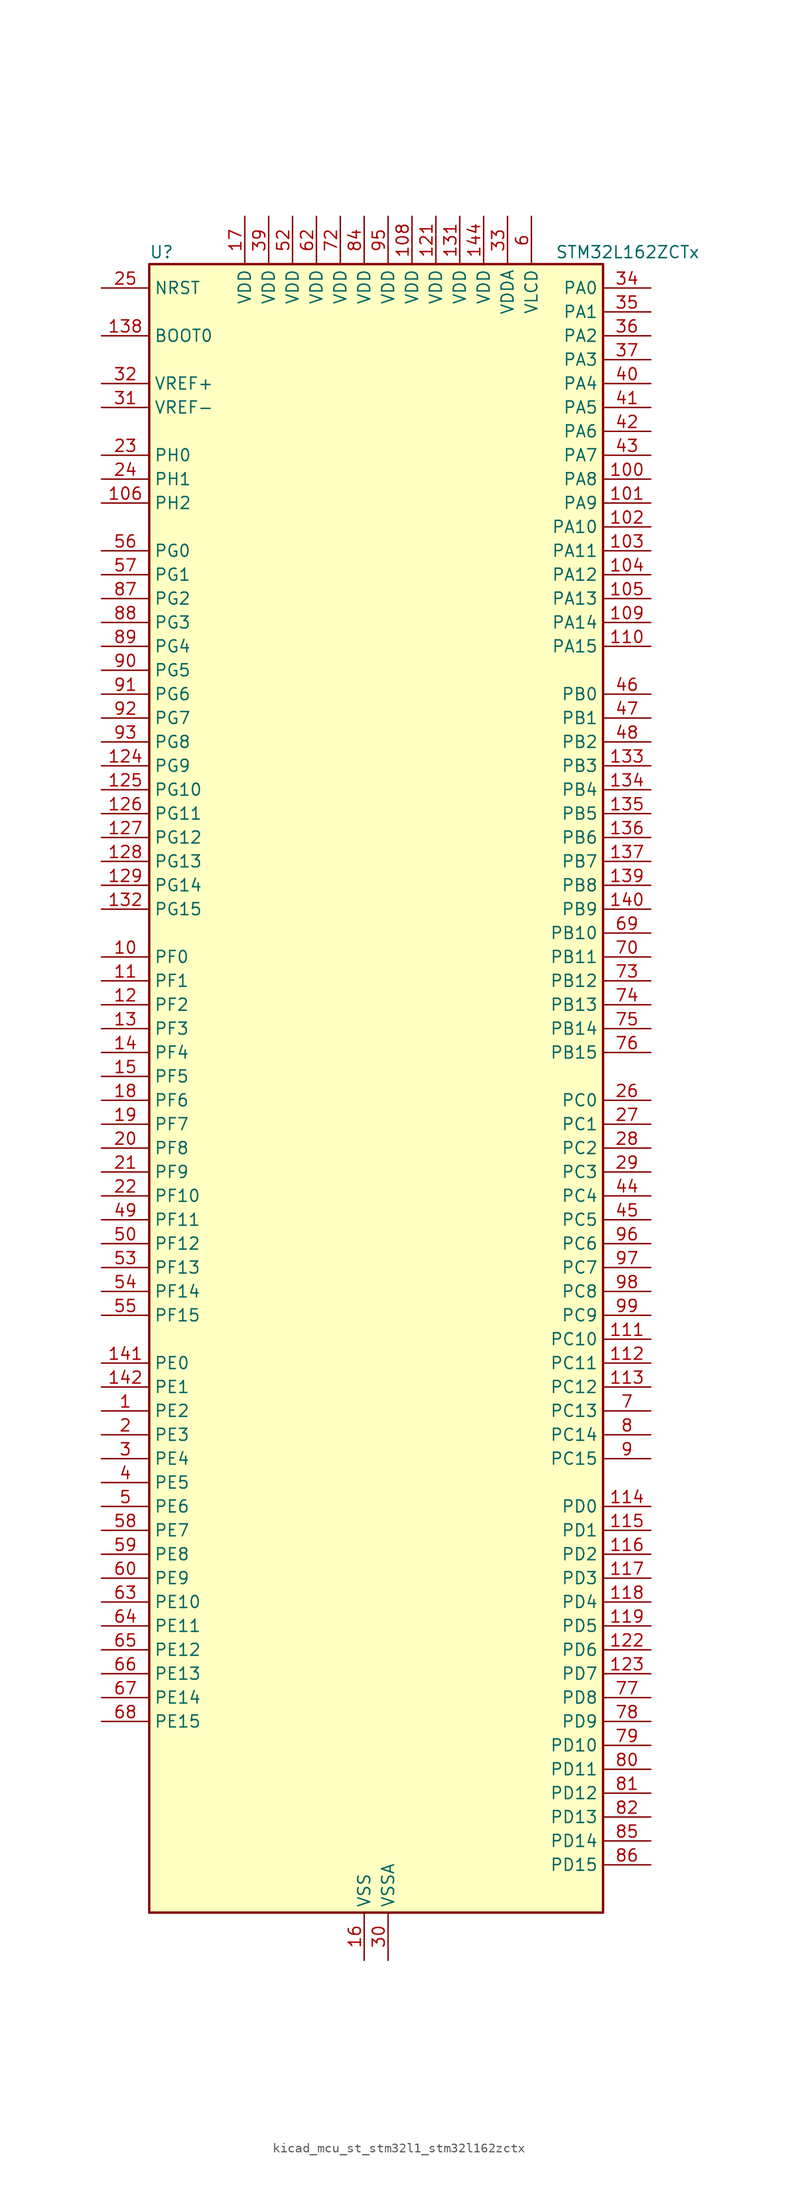
<source format=kicad_sym>
(kicad_symbol_lib
  (version 20220914)
  (generator kicad_symbol_editor)
  (symbol "kicad_mcu_st_stm32l1_stm32l162zctx"
    (property "Reference" "U"
      (at -22.86 90.17 0)
      (effects (font (size 1.27 1.27)) (justify left)))
    (property "Value" "STM32L162ZCTx"
      (at 20.32 90.17 0)
      (effects (font (size 1.27 1.27)) (justify left)))
    (property "ki_locked" ""
      (at 0 0 0)
      (effects (font (size 1.27 1.27))))
    (symbol "kicad_mcu_st_stm32l1_stm32l162zctx_0_1"
      (rectangle (start -22.86 -86.36) (end 25.4 88.9) (stroke (width 0.254) (type default)) (fill (type background))))
    (symbol "kicad_mcu_st_stm32l1_stm32l162zctx_1_1"
      (pin bidirectional line (at -27.94 -33.02 0) (length 5.08) (name "PE2" (effects (font (size 1.27 1.27)))) (number "1" (effects (font (size 1.27 1.27)))) (alternate "LCD_SEG38" bidirectional line) (alternate "SYS_TRACECK" bidirectional line) (alternate "TIM3_ETR" bidirectional line) (alternate "TIMX_IC3" bidirectional line))
      (pin bidirectional line (at -27.94 15.24 0) (length 5.08) (name "PF0" (effects (font (size 1.27 1.27)))) (number "10" (effects (font (size 1.27 1.27)))))
      (pin bidirectional line (at 30.48 66.04 180) (length 5.08) (name "PA8" (effects (font (size 1.27 1.27)))) (number "100" (effects (font (size 1.27 1.27)))) (alternate "LCD_COM0" bidirectional line) (alternate "RCC_MCO" bidirectional line) (alternate "TIMX_IC1" bidirectional line) (alternate "TS_G4_IO1" bidirectional line) (alternate "USART1_CK" bidirectional line))
      (pin bidirectional line (at 30.48 63.5 180) (length 5.08) (name "PA9" (effects (font (size 1.27 1.27)))) (number "101" (effects (font (size 1.27 1.27)))) (alternate "DAC_EXTI9" bidirectional line) (alternate "LCD_COM1" bidirectional line) (alternate "TIMX_IC2" bidirectional line) (alternate "TS_G4_IO2" bidirectional line) (alternate "USART1_TX" bidirectional line))
      (pin bidirectional line (at 30.48 60.96 180) (length 5.08) (name "PA10" (effects (font (size 1.27 1.27)))) (number "102" (effects (font (size 1.27 1.27)))) (alternate "LCD_COM2" bidirectional line) (alternate "TIMX_IC3" bidirectional line) (alternate "TS_G4_IO3" bidirectional line) (alternate "USART1_RX" bidirectional line))
      (pin bidirectional line (at 30.48 58.42 180) (length 5.08) (name "PA11" (effects (font (size 1.27 1.27)))) (number "103" (effects (font (size 1.27 1.27)))) (alternate "ADC_EXTI11" bidirectional line) (alternate "SPI1_MISO" bidirectional line) (alternate "TIMX_IC4" bidirectional line) (alternate "USART1_CTS" bidirectional line) (alternate "USB_DM" bidirectional line))
      (pin bidirectional line (at 30.48 55.88 180) (length 5.08) (name "PA12" (effects (font (size 1.27 1.27)))) (number "104" (effects (font (size 1.27 1.27)))) (alternate "SPI1_MOSI" bidirectional line) (alternate "TIMX_IC1" bidirectional line) (alternate "USART1_RTS" bidirectional line) (alternate "USB_DP" bidirectional line))
      (pin bidirectional line (at 30.48 53.34 180) (length 5.08) (name "PA13" (effects (font (size 1.27 1.27)))) (number "105" (effects (font (size 1.27 1.27)))) (alternate "SYS_JTMS-SWDIO" bidirectional line) (alternate "TIMX_IC2" bidirectional line) (alternate "TS_G5_IO1" bidirectional line))
      (pin bidirectional line (at -27.94 63.5 0) (length 5.08) (name "PH2" (effects (font (size 1.27 1.27)))) (number "106" (effects (font (size 1.27 1.27)))))
      (pin passive line (at 0 -91.44 90) (length 5.08) hide (name "VSS" (effects (font (size 1.27 1.27)))) (number "107" (effects (font (size 1.27 1.27)))))
      (pin power_in line (at 5.08 93.98 270) (length 5.08) (name "VDD" (effects (font (size 1.27 1.27)))) (number "108" (effects (font (size 1.27 1.27)))))
      (pin bidirectional line (at 30.48 50.8 180) (length 5.08) (name "PA14" (effects (font (size 1.27 1.27)))) (number "109" (effects (font (size 1.27 1.27)))) (alternate "SYS_JTCK-SWCLK" bidirectional line) (alternate "TIMX_IC3" bidirectional line) (alternate "TS_G5_IO2" bidirectional line))
      (pin bidirectional line (at -27.94 12.7 0) (length 5.08) (name "PF1" (effects (font (size 1.27 1.27)))) (number "11" (effects (font (size 1.27 1.27)))))
      (pin bidirectional line (at 30.48 48.26 180) (length 5.08) (name "PA15" (effects (font (size 1.27 1.27)))) (number "110" (effects (font (size 1.27 1.27)))) (alternate "ADC_EXTI15" bidirectional line) (alternate "I2S3_WS" bidirectional line) (alternate "LCD_SEG17" bidirectional line) (alternate "SPI1_NSS" bidirectional line) (alternate "SPI3_NSS" bidirectional line) (alternate "SYS_JTDI" bidirectional line) (alternate "TIM2_CH1" bidirectional line) (alternate "TIM2_ETR" bidirectional line) (alternate "TIMX_IC4" bidirectional line) (alternate "TS_G5_IO3" bidirectional line))
      (pin bidirectional line (at 30.48 -25.4 180) (length 5.08) (name "PC10" (effects (font (size 1.27 1.27)))) (number "111" (effects (font (size 1.27 1.27)))) (alternate "I2S3_CK" bidirectional line) (alternate "LCD_COM4" bidirectional line) (alternate "LCD_SEG28" bidirectional line) (alternate "LCD_SEG40" bidirectional line) (alternate "SPI3_SCK" bidirectional line) (alternate "TIMX_IC3" bidirectional line) (alternate "USART3_TX" bidirectional line))
      (pin bidirectional line (at 30.48 -27.94 180) (length 5.08) (name "PC11" (effects (font (size 1.27 1.27)))) (number "112" (effects (font (size 1.27 1.27)))) (alternate "ADC_EXTI11" bidirectional line) (alternate "LCD_COM5" bidirectional line) (alternate "LCD_SEG29" bidirectional line) (alternate "LCD_SEG41" bidirectional line) (alternate "SPI3_MISO" bidirectional line) (alternate "TIMX_IC4" bidirectional line) (alternate "USART3_RX" bidirectional line))
      (pin bidirectional line (at 30.48 -30.48 180) (length 5.08) (name "PC12" (effects (font (size 1.27 1.27)))) (number "113" (effects (font (size 1.27 1.27)))) (alternate "I2S3_SD" bidirectional line) (alternate "LCD_COM6" bidirectional line) (alternate "LCD_SEG30" bidirectional line) (alternate "LCD_SEG42" bidirectional line) (alternate "SPI3_MOSI" bidirectional line) (alternate "TIMX_IC1" bidirectional line) (alternate "USART3_CK" bidirectional line))
      (pin bidirectional line (at 30.48 -43.18 180) (length 5.08) (name "PD0" (effects (font (size 1.27 1.27)))) (number "114" (effects (font (size 1.27 1.27)))) (alternate "I2S2_WS" bidirectional line) (alternate "SPI2_NSS" bidirectional line) (alternate "TIM9_CH1" bidirectional line) (alternate "TIMX_IC1" bidirectional line))
      (pin bidirectional line (at 30.48 -45.72 180) (length 5.08) (name "PD1" (effects (font (size 1.27 1.27)))) (number "115" (effects (font (size 1.27 1.27)))) (alternate "I2S2_CK" bidirectional line) (alternate "SPI2_SCK" bidirectional line) (alternate "TIMX_IC2" bidirectional line))
      (pin bidirectional line (at 30.48 -48.26 180) (length 5.08) (name "PD2" (effects (font (size 1.27 1.27)))) (number "116" (effects (font (size 1.27 1.27)))) (alternate "LCD_COM7" bidirectional line) (alternate "LCD_SEG31" bidirectional line) (alternate "LCD_SEG43" bidirectional line) (alternate "TIM3_ETR" bidirectional line) (alternate "TIMX_IC3" bidirectional line))
      (pin bidirectional line (at 30.48 -50.8 180) (length 5.08) (name "PD3" (effects (font (size 1.27 1.27)))) (number "117" (effects (font (size 1.27 1.27)))) (alternate "SPI2_MISO" bidirectional line) (alternate "TIMX_IC4" bidirectional line) (alternate "USART2_CTS" bidirectional line))
      (pin bidirectional line (at 30.48 -53.34 180) (length 5.08) (name "PD4" (effects (font (size 1.27 1.27)))) (number "118" (effects (font (size 1.27 1.27)))) (alternate "I2S2_SD" bidirectional line) (alternate "SPI2_MOSI" bidirectional line) (alternate "TIMX_IC1" bidirectional line) (alternate "USART2_RTS" bidirectional line))
      (pin bidirectional line (at 30.48 -55.88 180) (length 5.08) (name "PD5" (effects (font (size 1.27 1.27)))) (number "119" (effects (font (size 1.27 1.27)))) (alternate "TIMX_IC2" bidirectional line) (alternate "USART2_TX" bidirectional line))
      (pin bidirectional line (at -27.94 10.16 0) (length 5.08) (name "PF2" (effects (font (size 1.27 1.27)))) (number "12" (effects (font (size 1.27 1.27)))))
      (pin passive line (at 0 -91.44 90) (length 5.08) hide (name "VSS" (effects (font (size 1.27 1.27)))) (number "120" (effects (font (size 1.27 1.27)))))
      (pin power_in line (at 7.62 93.98 270) (length 5.08) (name "VDD" (effects (font (size 1.27 1.27)))) (number "121" (effects (font (size 1.27 1.27)))))
      (pin bidirectional line (at 30.48 -58.42 180) (length 5.08) (name "PD6" (effects (font (size 1.27 1.27)))) (number "122" (effects (font (size 1.27 1.27)))) (alternate "TIMX_IC3" bidirectional line) (alternate "USART2_RX" bidirectional line))
      (pin bidirectional line (at 30.48 -60.96 180) (length 5.08) (name "PD7" (effects (font (size 1.27 1.27)))) (number "123" (effects (font (size 1.27 1.27)))) (alternate "TIM9_CH2" bidirectional line) (alternate "TIMX_IC4" bidirectional line) (alternate "USART2_CK" bidirectional line))
      (pin bidirectional line (at -27.94 35.56 0) (length 5.08) (name "PG9" (effects (font (size 1.27 1.27)))) (number "124" (effects (font (size 1.27 1.27)))) (alternate "DAC_EXTI9" bidirectional line))
      (pin bidirectional line (at -27.94 33.02 0) (length 5.08) (name "PG10" (effects (font (size 1.27 1.27)))) (number "125" (effects (font (size 1.27 1.27)))))
      (pin bidirectional line (at -27.94 30.48 0) (length 5.08) (name "PG11" (effects (font (size 1.27 1.27)))) (number "126" (effects (font (size 1.27 1.27)))) (alternate "ADC_EXTI11" bidirectional line))
      (pin bidirectional line (at -27.94 27.94 0) (length 5.08) (name "PG12" (effects (font (size 1.27 1.27)))) (number "127" (effects (font (size 1.27 1.27)))))
      (pin bidirectional line (at -27.94 25.4 0) (length 5.08) (name "PG13" (effects (font (size 1.27 1.27)))) (number "128" (effects (font (size 1.27 1.27)))))
      (pin bidirectional line (at -27.94 22.86 0) (length 5.08) (name "PG14" (effects (font (size 1.27 1.27)))) (number "129" (effects (font (size 1.27 1.27)))))
      (pin bidirectional line (at -27.94 7.62 0) (length 5.08) (name "PF3" (effects (font (size 1.27 1.27)))) (number "13" (effects (font (size 1.27 1.27)))))
      (pin passive line (at 0 -91.44 90) (length 5.08) hide (name "VSS" (effects (font (size 1.27 1.27)))) (number "130" (effects (font (size 1.27 1.27)))))
      (pin power_in line (at 10.16 93.98 270) (length 5.08) (name "VDD" (effects (font (size 1.27 1.27)))) (number "131" (effects (font (size 1.27 1.27)))))
      (pin bidirectional line (at -27.94 20.32 0) (length 5.08) (name "PG15" (effects (font (size 1.27 1.27)))) (number "132" (effects (font (size 1.27 1.27)))) (alternate "ADC_EXTI15" bidirectional line))
      (pin bidirectional line (at 30.48 35.56 180) (length 5.08) (name "PB3" (effects (font (size 1.27 1.27)))) (number "133" (effects (font (size 1.27 1.27)))) (alternate "COMP2_INM" bidirectional line) (alternate "I2S3_CK" bidirectional line) (alternate "LCD_SEG7" bidirectional line) (alternate "SPI1_SCK" bidirectional line) (alternate "SPI3_SCK" bidirectional line) (alternate "SYS_JTDO-TRACESWO" bidirectional line) (alternate "TIM2_CH2" bidirectional line))
      (pin bidirectional line (at 30.48 33.02 180) (length 5.08) (name "PB4" (effects (font (size 1.27 1.27)))) (number "134" (effects (font (size 1.27 1.27)))) (alternate "COMP2_INP" bidirectional line) (alternate "LCD_SEG8" bidirectional line) (alternate "SPI1_MISO" bidirectional line) (alternate "SPI3_MISO" bidirectional line) (alternate "SYS_JTRST" bidirectional line) (alternate "TIM3_CH1" bidirectional line) (alternate "TS_G6_IO1" bidirectional line))
      (pin bidirectional line (at 30.48 30.48 180) (length 5.08) (name "PB5" (effects (font (size 1.27 1.27)))) (number "135" (effects (font (size 1.27 1.27)))) (alternate "COMP2_INP" bidirectional line) (alternate "I2C1_SMBA" bidirectional line) (alternate "I2S3_SD" bidirectional line) (alternate "LCD_SEG9" bidirectional line) (alternate "SPI1_MOSI" bidirectional line) (alternate "SPI3_MOSI" bidirectional line) (alternate "TIM3_CH2" bidirectional line) (alternate "TS_G6_IO2" bidirectional line))
      (pin bidirectional line (at 30.48 27.94 180) (length 5.08) (name "PB6" (effects (font (size 1.27 1.27)))) (number "136" (effects (font (size 1.27 1.27)))) (alternate "COMP2_INP" bidirectional line) (alternate "I2C1_SCL" bidirectional line) (alternate "TIM4_CH1" bidirectional line) (alternate "TS_G6_IO3" bidirectional line) (alternate "USART1_TX" bidirectional line))
      (pin bidirectional line (at 30.48 25.4 180) (length 5.08) (name "PB7" (effects (font (size 1.27 1.27)))) (number "137" (effects (font (size 1.27 1.27)))) (alternate "COMP2_INP" bidirectional line) (alternate "I2C1_SDA" bidirectional line) (alternate "SYS_PVD_IN" bidirectional line) (alternate "TIM4_CH2" bidirectional line) (alternate "TS_G6_IO4" bidirectional line) (alternate "USART1_RX" bidirectional line))
      (pin input line (at -27.94 81.28 0) (length 5.08) (name "BOOT0" (effects (font (size 1.27 1.27)))) (number "138" (effects (font (size 1.27 1.27)))))
      (pin bidirectional line (at 30.48 22.86 180) (length 5.08) (name "PB8" (effects (font (size 1.27 1.27)))) (number "139" (effects (font (size 1.27 1.27)))) (alternate "I2C1_SCL" bidirectional line) (alternate "LCD_SEG16" bidirectional line) (alternate "TIM10_CH1" bidirectional line) (alternate "TIM4_CH3" bidirectional line))
      (pin bidirectional line (at -27.94 5.08 0) (length 5.08) (name "PF4" (effects (font (size 1.27 1.27)))) (number "14" (effects (font (size 1.27 1.27)))))
      (pin bidirectional line (at 30.48 20.32 180) (length 5.08) (name "PB9" (effects (font (size 1.27 1.27)))) (number "140" (effects (font (size 1.27 1.27)))) (alternate "DAC_EXTI9" bidirectional line) (alternate "I2C1_SDA" bidirectional line) (alternate "LCD_COM3" bidirectional line) (alternate "TIM11_CH1" bidirectional line) (alternate "TIM4_CH4" bidirectional line))
      (pin bidirectional line (at -27.94 -27.94 0) (length 5.08) (name "PE0" (effects (font (size 1.27 1.27)))) (number "141" (effects (font (size 1.27 1.27)))) (alternate "LCD_SEG36" bidirectional line) (alternate "TIM10_CH1" bidirectional line) (alternate "TIM4_ETR" bidirectional line) (alternate "TIMX_IC1" bidirectional line))
      (pin bidirectional line (at -27.94 -30.48 0) (length 5.08) (name "PE1" (effects (font (size 1.27 1.27)))) (number "142" (effects (font (size 1.27 1.27)))) (alternate "LCD_SEG37" bidirectional line) (alternate "TIM11_CH1" bidirectional line) (alternate "TIMX_IC2" bidirectional line))
      (pin passive line (at 0 -91.44 90) (length 5.08) hide (name "VSS" (effects (font (size 1.27 1.27)))) (number "143" (effects (font (size 1.27 1.27)))))
      (pin power_in line (at 12.7 93.98 270) (length 5.08) (name "VDD" (effects (font (size 1.27 1.27)))) (number "144" (effects (font (size 1.27 1.27)))))
      (pin bidirectional line (at -27.94 2.54 0) (length 5.08) (name "PF5" (effects (font (size 1.27 1.27)))) (number "15" (effects (font (size 1.27 1.27)))))
      (pin power_in line (at 0 -91.44 90) (length 5.08) (name "VSS" (effects (font (size 1.27 1.27)))) (number "16" (effects (font (size 1.27 1.27)))))
      (pin power_in line (at -12.7 93.98 270) (length 5.08) (name "VDD" (effects (font (size 1.27 1.27)))) (number "17" (effects (font (size 1.27 1.27)))))
      (pin bidirectional line (at -27.94 0 0) (length 5.08) (name "PF6" (effects (font (size 1.27 1.27)))) (number "18" (effects (font (size 1.27 1.27)))) (alternate "ADC_IN27" bidirectional line) (alternate "TIM5_CH1" bidirectional line) (alternate "TIM5_ETR" bidirectional line) (alternate "TS_G11_IO1" bidirectional line))
      (pin bidirectional line (at -27.94 -2.54 0) (length 5.08) (name "PF7" (effects (font (size 1.27 1.27)))) (number "19" (effects (font (size 1.27 1.27)))) (alternate "ADC_IN28" bidirectional line) (alternate "COMP1_INP" bidirectional line) (alternate "TIM5_CH2" bidirectional line) (alternate "TS_G11_IO2" bidirectional line))
      (pin bidirectional line (at -27.94 -35.56 0) (length 5.08) (name "PE3" (effects (font (size 1.27 1.27)))) (number "2" (effects (font (size 1.27 1.27)))) (alternate "LCD_SEG39" bidirectional line) (alternate "SYS_TRACED0" bidirectional line) (alternate "TIM3_CH1" bidirectional line) (alternate "TIMX_IC4" bidirectional line))
      (pin bidirectional line (at -27.94 -5.08 0) (length 5.08) (name "PF8" (effects (font (size 1.27 1.27)))) (number "20" (effects (font (size 1.27 1.27)))) (alternate "ADC_IN29" bidirectional line) (alternate "COMP1_INP" bidirectional line) (alternate "TIM5_CH3" bidirectional line) (alternate "TS_G11_IO3" bidirectional line))
      (pin bidirectional line (at -27.94 -7.62 0) (length 5.08) (name "PF9" (effects (font (size 1.27 1.27)))) (number "21" (effects (font (size 1.27 1.27)))) (alternate "ADC_IN30" bidirectional line) (alternate "COMP1_INP" bidirectional line) (alternate "DAC_EXTI9" bidirectional line) (alternate "TIM5_CH4" bidirectional line) (alternate "TS_G11_IO4" bidirectional line))
      (pin bidirectional line (at -27.94 -10.16 0) (length 5.08) (name "PF10" (effects (font (size 1.27 1.27)))) (number "22" (effects (font (size 1.27 1.27)))) (alternate "ADC_IN31" bidirectional line) (alternate "COMP1_INP" bidirectional line) (alternate "TS_G11_IO5" bidirectional line))
      (pin bidirectional line (at -27.94 68.58 0) (length 5.08) (name "PH0" (effects (font (size 1.27 1.27)))) (number "23" (effects (font (size 1.27 1.27)))) (alternate "RCC_OSC_IN" bidirectional line))
      (pin bidirectional line (at -27.94 66.04 0) (length 5.08) (name "PH1" (effects (font (size 1.27 1.27)))) (number "24" (effects (font (size 1.27 1.27)))) (alternate "RCC_OSC_OUT" bidirectional line))
      (pin input line (at -27.94 86.36 0) (length 5.08) (name "NRST" (effects (font (size 1.27 1.27)))) (number "25" (effects (font (size 1.27 1.27)))))
      (pin bidirectional line (at 30.48 0 180) (length 5.08) (name "PC0" (effects (font (size 1.27 1.27)))) (number "26" (effects (font (size 1.27 1.27)))) (alternate "ADC_IN10" bidirectional line) (alternate "COMP1_INP" bidirectional line) (alternate "LCD_SEG18" bidirectional line) (alternate "TIMX_IC1" bidirectional line) (alternate "TS_G8_IO1" bidirectional line))
      (pin bidirectional line (at 30.48 -2.54 180) (length 5.08) (name "PC1" (effects (font (size 1.27 1.27)))) (number "27" (effects (font (size 1.27 1.27)))) (alternate "ADC_IN11" bidirectional line) (alternate "COMP1_INP" bidirectional line) (alternate "LCD_SEG19" bidirectional line) (alternate "TIMX_IC2" bidirectional line) (alternate "TS_G8_IO2" bidirectional line))
      (pin bidirectional line (at 30.48 -5.08 180) (length 5.08) (name "PC2" (effects (font (size 1.27 1.27)))) (number "28" (effects (font (size 1.27 1.27)))) (alternate "ADC_IN12" bidirectional line) (alternate "COMP1_INP" bidirectional line) (alternate "LCD_SEG20" bidirectional line) (alternate "TIMX_IC3" bidirectional line) (alternate "TS_G8_IO3" bidirectional line))
      (pin bidirectional line (at 30.48 -7.62 180) (length 5.08) (name "PC3" (effects (font (size 1.27 1.27)))) (number "29" (effects (font (size 1.27 1.27)))) (alternate "ADC_IN13" bidirectional line) (alternate "COMP1_INP" bidirectional line) (alternate "LCD_SEG21" bidirectional line) (alternate "TIMX_IC4" bidirectional line) (alternate "TS_G8_IO4" bidirectional line))
      (pin bidirectional line (at -27.94 -38.1 0) (length 5.08) (name "PE4" (effects (font (size 1.27 1.27)))) (number "3" (effects (font (size 1.27 1.27)))) (alternate "SYS_TRACED1" bidirectional line) (alternate "TIM3_CH2" bidirectional line) (alternate "TIMX_IC1" bidirectional line))
      (pin power_in line (at 2.54 -91.44 90) (length 5.08) (name "VSSA" (effects (font (size 1.27 1.27)))) (number "30" (effects (font (size 1.27 1.27)))))
      (pin input line (at -27.94 73.66 0) (length 5.08) (name "VREF-" (effects (font (size 1.27 1.27)))) (number "31" (effects (font (size 1.27 1.27)))))
      (pin input line (at -27.94 76.2 0) (length 5.08) (name "VREF+" (effects (font (size 1.27 1.27)))) (number "32" (effects (font (size 1.27 1.27)))))
      (pin power_in line (at 15.24 93.98 270) (length 5.08) (name "VDDA" (effects (font (size 1.27 1.27)))) (number "33" (effects (font (size 1.27 1.27)))))
      (pin bidirectional line (at 30.48 86.36 180) (length 5.08) (name "PA0" (effects (font (size 1.27 1.27)))) (number "34" (effects (font (size 1.27 1.27)))) (alternate "ADC_IN0" bidirectional line) (alternate "COMP1_INP" bidirectional line) (alternate "RTC_TAMP2" bidirectional line) (alternate "SYS_WKUP1" bidirectional line) (alternate "TIM2_CH1" bidirectional line) (alternate "TIM2_ETR" bidirectional line) (alternate "TIM5_CH1" bidirectional line) (alternate "TIMX_IC1" bidirectional line) (alternate "TS_G1_IO1" bidirectional line) (alternate "USART2_CTS" bidirectional line))
      (pin bidirectional line (at 30.48 83.82 180) (length 5.08) (name "PA1" (effects (font (size 1.27 1.27)))) (number "35" (effects (font (size 1.27 1.27)))) (alternate "ADC_IN1" bidirectional line) (alternate "COMP1_INP" bidirectional line) (alternate "LCD_SEG0" bidirectional line) (alternate "OPAMP1_VINP" bidirectional line) (alternate "TIM2_CH2" bidirectional line) (alternate "TIM5_CH2" bidirectional line) (alternate "TIMX_IC2" bidirectional line) (alternate "TS_G1_IO2" bidirectional line) (alternate "USART2_RTS" bidirectional line))
      (pin bidirectional line (at 30.48 81.28 180) (length 5.08) (name "PA2" (effects (font (size 1.27 1.27)))) (number "36" (effects (font (size 1.27 1.27)))) (alternate "ADC_IN2" bidirectional line) (alternate "COMP1_INP" bidirectional line) (alternate "LCD_SEG1" bidirectional line) (alternate "OPAMP1_VINM" bidirectional line) (alternate "TIM2_CH3" bidirectional line) (alternate "TIM5_CH3" bidirectional line) (alternate "TIM9_CH1" bidirectional line) (alternate "TIMX_IC3" bidirectional line) (alternate "TS_G1_IO3" bidirectional line) (alternate "USART2_TX" bidirectional line))
      (pin bidirectional line (at 30.48 78.74 180) (length 5.08) (name "PA3" (effects (font (size 1.27 1.27)))) (number "37" (effects (font (size 1.27 1.27)))) (alternate "ADC_IN3" bidirectional line) (alternate "COMP1_INP" bidirectional line) (alternate "LCD_SEG2" bidirectional line) (alternate "OPAMP1_VOUT" bidirectional line) (alternate "TIM2_CH4" bidirectional line) (alternate "TIM5_CH4" bidirectional line) (alternate "TIM9_CH2" bidirectional line) (alternate "TIMX_IC4" bidirectional line) (alternate "TS_G1_IO4" bidirectional line) (alternate "USART2_RX" bidirectional line))
      (pin passive line (at 0 -91.44 90) (length 5.08) hide (name "VSS" (effects (font (size 1.27 1.27)))) (number "38" (effects (font (size 1.27 1.27)))))
      (pin power_in line (at -10.16 93.98 270) (length 5.08) (name "VDD" (effects (font (size 1.27 1.27)))) (number "39" (effects (font (size 1.27 1.27)))))
      (pin bidirectional line (at -27.94 -40.64 0) (length 5.08) (name "PE5" (effects (font (size 1.27 1.27)))) (number "4" (effects (font (size 1.27 1.27)))) (alternate "SYS_TRACED2" bidirectional line) (alternate "TIM9_CH1" bidirectional line) (alternate "TIMX_IC2" bidirectional line))
      (pin bidirectional line (at 30.48 76.2 180) (length 5.08) (name "PA4" (effects (font (size 1.27 1.27)))) (number "40" (effects (font (size 1.27 1.27)))) (alternate "ADC_IN4" bidirectional line) (alternate "COMP1_INP" bidirectional line) (alternate "DAC_OUT1" bidirectional line) (alternate "I2S3_WS" bidirectional line) (alternate "SPI1_NSS" bidirectional line) (alternate "SPI3_NSS" bidirectional line) (alternate "TIMX_IC1" bidirectional line) (alternate "USART2_CK" bidirectional line))
      (pin bidirectional line (at 30.48 73.66 180) (length 5.08) (name "PA5" (effects (font (size 1.27 1.27)))) (number "41" (effects (font (size 1.27 1.27)))) (alternate "ADC_IN5" bidirectional line) (alternate "COMP1_INP" bidirectional line) (alternate "DAC_OUT2" bidirectional line) (alternate "SPI1_SCK" bidirectional line) (alternate "TIM2_CH1" bidirectional line) (alternate "TIM2_ETR" bidirectional line) (alternate "TIMX_IC2" bidirectional line))
      (pin bidirectional line (at 30.48 71.12 180) (length 5.08) (name "PA6" (effects (font (size 1.27 1.27)))) (number "42" (effects (font (size 1.27 1.27)))) (alternate "ADC_IN6" bidirectional line) (alternate "COMP1_INP" bidirectional line) (alternate "LCD_SEG3" bidirectional line) (alternate "OPAMP2_VINP" bidirectional line) (alternate "SPI1_MISO" bidirectional line) (alternate "TIM10_CH1" bidirectional line) (alternate "TIM3_CH1" bidirectional line) (alternate "TIMX_IC3" bidirectional line) (alternate "TS_G2_IO1" bidirectional line))
      (pin bidirectional line (at 30.48 68.58 180) (length 5.08) (name "PA7" (effects (font (size 1.27 1.27)))) (number "43" (effects (font (size 1.27 1.27)))) (alternate "ADC_IN7" bidirectional line) (alternate "COMP1_INP" bidirectional line) (alternate "LCD_SEG4" bidirectional line) (alternate "OPAMP2_VINM" bidirectional line) (alternate "SPI1_MOSI" bidirectional line) (alternate "TIM11_CH1" bidirectional line) (alternate "TIM3_CH2" bidirectional line) (alternate "TIMX_IC4" bidirectional line) (alternate "TS_G2_IO2" bidirectional line))
      (pin bidirectional line (at 30.48 -10.16 180) (length 5.08) (name "PC4" (effects (font (size 1.27 1.27)))) (number "44" (effects (font (size 1.27 1.27)))) (alternate "ADC_IN14" bidirectional line) (alternate "COMP1_INP" bidirectional line) (alternate "LCD_SEG22" bidirectional line) (alternate "TIMX_IC1" bidirectional line) (alternate "TS_G9_IO1" bidirectional line))
      (pin bidirectional line (at 30.48 -12.7 180) (length 5.08) (name "PC5" (effects (font (size 1.27 1.27)))) (number "45" (effects (font (size 1.27 1.27)))) (alternate "ADC_IN15" bidirectional line) (alternate "COMP1_INP" bidirectional line) (alternate "LCD_SEG23" bidirectional line) (alternate "TIMX_IC2" bidirectional line) (alternate "TS_G9_IO2" bidirectional line))
      (pin bidirectional line (at 30.48 43.18 180) (length 5.08) (name "PB0" (effects (font (size 1.27 1.27)))) (number "46" (effects (font (size 1.27 1.27)))) (alternate "ADC_IN8" bidirectional line) (alternate "COMP1_INP" bidirectional line) (alternate "LCD_SEG5" bidirectional line) (alternate "OPAMP2_VOUT" bidirectional line) (alternate "SYS_V_REF_OUT" bidirectional line) (alternate "TIM3_CH3" bidirectional line) (alternate "TS_G3_IO1" bidirectional line))
      (pin bidirectional line (at 30.48 40.64 180) (length 5.08) (name "PB1" (effects (font (size 1.27 1.27)))) (number "47" (effects (font (size 1.27 1.27)))) (alternate "ADC_IN9" bidirectional line) (alternate "COMP1_INP" bidirectional line) (alternate "LCD_SEG6" bidirectional line) (alternate "SYS_V_REF_OUT" bidirectional line) (alternate "TIM3_CH4" bidirectional line) (alternate "TS_G3_IO2" bidirectional line))
      (pin bidirectional line (at 30.48 38.1 180) (length 5.08) (name "PB2" (effects (font (size 1.27 1.27)))) (number "48" (effects (font (size 1.27 1.27)))) (alternate "ADC_IN0b" bidirectional line) (alternate "TS_G3_IO3" bidirectional line))
      (pin bidirectional line (at -27.94 -12.7 0) (length 5.08) (name "PF11" (effects (font (size 1.27 1.27)))) (number "49" (effects (font (size 1.27 1.27)))) (alternate "ADC_EXTI11" bidirectional line) (alternate "ADC_IN1b" bidirectional line) (alternate "TS_G3_IO4" bidirectional line))
      (pin bidirectional line (at -27.94 -43.18 0) (length 5.08) (name "PE6" (effects (font (size 1.27 1.27)))) (number "5" (effects (font (size 1.27 1.27)))) (alternate "RTC_TAMP3" bidirectional line) (alternate "SYS_TRACED3" bidirectional line) (alternate "SYS_WKUP3" bidirectional line) (alternate "TIM9_CH2" bidirectional line) (alternate "TIMX_IC3" bidirectional line))
      (pin bidirectional line (at -27.94 -15.24 0) (length 5.08) (name "PF12" (effects (font (size 1.27 1.27)))) (number "50" (effects (font (size 1.27 1.27)))) (alternate "ADC_IN2b" bidirectional line) (alternate "TS_G3_IO5" bidirectional line))
      (pin passive line (at 0 -91.44 90) (length 5.08) hide (name "VSS" (effects (font (size 1.27 1.27)))) (number "51" (effects (font (size 1.27 1.27)))))
      (pin power_in line (at -7.62 93.98 270) (length 5.08) (name "VDD" (effects (font (size 1.27 1.27)))) (number "52" (effects (font (size 1.27 1.27)))))
      (pin bidirectional line (at -27.94 -17.78 0) (length 5.08) (name "PF13" (effects (font (size 1.27 1.27)))) (number "53" (effects (font (size 1.27 1.27)))) (alternate "ADC_IN3b" bidirectional line) (alternate "TS_G9_IO3" bidirectional line))
      (pin bidirectional line (at -27.94 -20.32 0) (length 5.08) (name "PF14" (effects (font (size 1.27 1.27)))) (number "54" (effects (font (size 1.27 1.27)))) (alternate "ADC_IN6b" bidirectional line) (alternate "TS_G9_IO4" bidirectional line))
      (pin bidirectional line (at -27.94 -22.86 0) (length 5.08) (name "PF15" (effects (font (size 1.27 1.27)))) (number "55" (effects (font (size 1.27 1.27)))) (alternate "ADC_EXTI15" bidirectional line) (alternate "ADC_IN7b" bidirectional line) (alternate "TS_G2_IO3" bidirectional line))
      (pin bidirectional line (at -27.94 58.42 0) (length 5.08) (name "PG0" (effects (font (size 1.27 1.27)))) (number "56" (effects (font (size 1.27 1.27)))) (alternate "ADC_IN8b" bidirectional line) (alternate "TS_G2_IO4" bidirectional line))
      (pin bidirectional line (at -27.94 55.88 0) (length 5.08) (name "PG1" (effects (font (size 1.27 1.27)))) (number "57" (effects (font (size 1.27 1.27)))) (alternate "ADC_IN9b" bidirectional line) (alternate "TS_G2_IO5" bidirectional line))
      (pin bidirectional line (at -27.94 -45.72 0) (length 5.08) (name "PE7" (effects (font (size 1.27 1.27)))) (number "58" (effects (font (size 1.27 1.27)))) (alternate "ADC_IN22" bidirectional line) (alternate "COMP1_INP" bidirectional line) (alternate "TIMX_IC4" bidirectional line))
      (pin bidirectional line (at -27.94 -48.26 0) (length 5.08) (name "PE8" (effects (font (size 1.27 1.27)))) (number "59" (effects (font (size 1.27 1.27)))) (alternate "ADC_IN23" bidirectional line) (alternate "COMP1_INP" bidirectional line) (alternate "TIMX_IC1" bidirectional line))
      (pin power_in line (at 17.78 93.98 270) (length 5.08) (name "VLCD" (effects (font (size 1.27 1.27)))) (number "6" (effects (font (size 1.27 1.27)))))
      (pin bidirectional line (at -27.94 -50.8 0) (length 5.08) (name "PE9" (effects (font (size 1.27 1.27)))) (number "60" (effects (font (size 1.27 1.27)))) (alternate "ADC_IN24" bidirectional line) (alternate "COMP1_INP" bidirectional line) (alternate "DAC_EXTI9" bidirectional line) (alternate "TIM2_CH1" bidirectional line) (alternate "TIM2_ETR" bidirectional line) (alternate "TIMX_IC2" bidirectional line))
      (pin passive line (at 0 -91.44 90) (length 5.08) hide (name "VSS" (effects (font (size 1.27 1.27)))) (number "61" (effects (font (size 1.27 1.27)))))
      (pin power_in line (at -5.08 93.98 270) (length 5.08) (name "VDD" (effects (font (size 1.27 1.27)))) (number "62" (effects (font (size 1.27 1.27)))))
      (pin bidirectional line (at -27.94 -53.34 0) (length 5.08) (name "PE10" (effects (font (size 1.27 1.27)))) (number "63" (effects (font (size 1.27 1.27)))) (alternate "ADC_IN25" bidirectional line) (alternate "COMP1_INP" bidirectional line) (alternate "TIM2_CH2" bidirectional line) (alternate "TIMX_IC3" bidirectional line))
      (pin bidirectional line (at -27.94 -55.88 0) (length 5.08) (name "PE11" (effects (font (size 1.27 1.27)))) (number "64" (effects (font (size 1.27 1.27)))) (alternate "ADC_EXTI11" bidirectional line) (alternate "TIM2_CH3" bidirectional line) (alternate "TIMX_IC4" bidirectional line))
      (pin bidirectional line (at -27.94 -58.42 0) (length 5.08) (name "PE12" (effects (font (size 1.27 1.27)))) (number "65" (effects (font (size 1.27 1.27)))) (alternate "SPI1_NSS" bidirectional line) (alternate "TIM2_CH4" bidirectional line) (alternate "TIMX_IC1" bidirectional line))
      (pin bidirectional line (at -27.94 -60.96 0) (length 5.08) (name "PE13" (effects (font (size 1.27 1.27)))) (number "66" (effects (font (size 1.27 1.27)))) (alternate "SPI1_SCK" bidirectional line) (alternate "TIMX_IC2" bidirectional line))
      (pin bidirectional line (at -27.94 -63.5 0) (length 5.08) (name "PE14" (effects (font (size 1.27 1.27)))) (number "67" (effects (font (size 1.27 1.27)))) (alternate "SPI1_MISO" bidirectional line) (alternate "TIMX_IC3" bidirectional line))
      (pin bidirectional line (at -27.94 -66.04 0) (length 5.08) (name "PE15" (effects (font (size 1.27 1.27)))) (number "68" (effects (font (size 1.27 1.27)))) (alternate "ADC_EXTI15" bidirectional line) (alternate "SPI1_MOSI" bidirectional line) (alternate "TIMX_IC4" bidirectional line))
      (pin bidirectional line (at 30.48 17.78 180) (length 5.08) (name "PB10" (effects (font (size 1.27 1.27)))) (number "69" (effects (font (size 1.27 1.27)))) (alternate "I2C2_SCL" bidirectional line) (alternate "LCD_SEG10" bidirectional line) (alternate "TIM2_CH3" bidirectional line) (alternate "USART3_TX" bidirectional line))
      (pin bidirectional line (at 30.48 -33.02 180) (length 5.08) (name "PC13" (effects (font (size 1.27 1.27)))) (number "7" (effects (font (size 1.27 1.27)))) (alternate "RTC_OUT_ALARM" bidirectional line) (alternate "RTC_OUT_CALIB" bidirectional line) (alternate "RTC_TAMP1" bidirectional line) (alternate "RTC_TS" bidirectional line) (alternate "SYS_WKUP2" bidirectional line) (alternate "TIMX_IC2" bidirectional line))
      (pin bidirectional line (at 30.48 15.24 180) (length 5.08) (name "PB11" (effects (font (size 1.27 1.27)))) (number "70" (effects (font (size 1.27 1.27)))) (alternate "ADC_EXTI11" bidirectional line) (alternate "I2C2_SDA" bidirectional line) (alternate "LCD_SEG11" bidirectional line) (alternate "TIM2_CH4" bidirectional line) (alternate "USART3_RX" bidirectional line))
      (pin passive line (at 0 -91.44 90) (length 5.08) hide (name "VSS" (effects (font (size 1.27 1.27)))) (number "71" (effects (font (size 1.27 1.27)))))
      (pin power_in line (at -2.54 93.98 270) (length 5.08) (name "VDD" (effects (font (size 1.27 1.27)))) (number "72" (effects (font (size 1.27 1.27)))))
      (pin bidirectional line (at 30.48 12.7 180) (length 5.08) (name "PB12" (effects (font (size 1.27 1.27)))) (number "73" (effects (font (size 1.27 1.27)))) (alternate "ADC_IN18" bidirectional line) (alternate "COMP1_INP" bidirectional line) (alternate "I2C2_SMBA" bidirectional line) (alternate "I2S2_WS" bidirectional line) (alternate "LCD_SEG12" bidirectional line) (alternate "SPI2_NSS" bidirectional line) (alternate "TIM10_CH1" bidirectional line) (alternate "TS_G7_IO1" bidirectional line) (alternate "USART3_CK" bidirectional line))
      (pin bidirectional line (at 30.48 10.16 180) (length 5.08) (name "PB13" (effects (font (size 1.27 1.27)))) (number "74" (effects (font (size 1.27 1.27)))) (alternate "ADC_IN19" bidirectional line) (alternate "COMP1_INP" bidirectional line) (alternate "I2S2_CK" bidirectional line) (alternate "LCD_SEG13" bidirectional line) (alternate "SPI2_SCK" bidirectional line) (alternate "TIM9_CH1" bidirectional line) (alternate "TS_G7_IO2" bidirectional line) (alternate "USART3_CTS" bidirectional line))
      (pin bidirectional line (at 30.48 7.62 180) (length 5.08) (name "PB14" (effects (font (size 1.27 1.27)))) (number "75" (effects (font (size 1.27 1.27)))) (alternate "ADC_IN20" bidirectional line) (alternate "COMP1_INP" bidirectional line) (alternate "LCD_SEG14" bidirectional line) (alternate "SPI2_MISO" bidirectional line) (alternate "TIM9_CH2" bidirectional line) (alternate "TS_G7_IO3" bidirectional line) (alternate "USART3_RTS" bidirectional line))
      (pin bidirectional line (at 30.48 5.08 180) (length 5.08) (name "PB15" (effects (font (size 1.27 1.27)))) (number "76" (effects (font (size 1.27 1.27)))) (alternate "ADC_EXTI15" bidirectional line) (alternate "ADC_IN21" bidirectional line) (alternate "COMP1_INP" bidirectional line) (alternate "I2S2_SD" bidirectional line) (alternate "LCD_SEG15" bidirectional line) (alternate "RTC_REFIN" bidirectional line) (alternate "SPI2_MOSI" bidirectional line) (alternate "TIM11_CH1" bidirectional line) (alternate "TS_G7_IO4" bidirectional line))
      (pin bidirectional line (at 30.48 -63.5 180) (length 5.08) (name "PD8" (effects (font (size 1.27 1.27)))) (number "77" (effects (font (size 1.27 1.27)))) (alternate "LCD_SEG28" bidirectional line) (alternate "TIMX_IC1" bidirectional line) (alternate "USART3_TX" bidirectional line))
      (pin bidirectional line (at 30.48 -66.04 180) (length 5.08) (name "PD9" (effects (font (size 1.27 1.27)))) (number "78" (effects (font (size 1.27 1.27)))) (alternate "DAC_EXTI9" bidirectional line) (alternate "LCD_SEG29" bidirectional line) (alternate "TIMX_IC2" bidirectional line) (alternate "USART3_RX" bidirectional line))
      (pin bidirectional line (at 30.48 -68.58 180) (length 5.08) (name "PD10" (effects (font (size 1.27 1.27)))) (number "79" (effects (font (size 1.27 1.27)))) (alternate "LCD_SEG30" bidirectional line) (alternate "TIMX_IC3" bidirectional line) (alternate "USART3_CK" bidirectional line))
      (pin bidirectional line (at 30.48 -35.56 180) (length 5.08) (name "PC14" (effects (font (size 1.27 1.27)))) (number "8" (effects (font (size 1.27 1.27)))) (alternate "RCC_OSC32_IN" bidirectional line) (alternate "TIMX_IC3" bidirectional line))
      (pin bidirectional line (at 30.48 -71.12 180) (length 5.08) (name "PD11" (effects (font (size 1.27 1.27)))) (number "80" (effects (font (size 1.27 1.27)))) (alternate "ADC_EXTI11" bidirectional line) (alternate "LCD_SEG31" bidirectional line) (alternate "TIMX_IC4" bidirectional line) (alternate "USART3_CTS" bidirectional line))
      (pin bidirectional line (at 30.48 -73.66 180) (length 5.08) (name "PD12" (effects (font (size 1.27 1.27)))) (number "81" (effects (font (size 1.27 1.27)))) (alternate "LCD_SEG32" bidirectional line) (alternate "TIM4_CH1" bidirectional line) (alternate "TIMX_IC1" bidirectional line) (alternate "USART3_RTS" bidirectional line))
      (pin bidirectional line (at 30.48 -76.2 180) (length 5.08) (name "PD13" (effects (font (size 1.27 1.27)))) (number "82" (effects (font (size 1.27 1.27)))) (alternate "LCD_SEG33" bidirectional line) (alternate "TIM4_CH2" bidirectional line) (alternate "TIMX_IC2" bidirectional line))
      (pin passive line (at 0 -91.44 90) (length 5.08) hide (name "VSS" (effects (font (size 1.27 1.27)))) (number "83" (effects (font (size 1.27 1.27)))))
      (pin power_in line (at 0 93.98 270) (length 5.08) (name "VDD" (effects (font (size 1.27 1.27)))) (number "84" (effects (font (size 1.27 1.27)))))
      (pin bidirectional line (at 30.48 -78.74 180) (length 5.08) (name "PD14" (effects (font (size 1.27 1.27)))) (number "85" (effects (font (size 1.27 1.27)))) (alternate "LCD_SEG34" bidirectional line) (alternate "TIM4_CH3" bidirectional line) (alternate "TIMX_IC3" bidirectional line))
      (pin bidirectional line (at 30.48 -81.28 180) (length 5.08) (name "PD15" (effects (font (size 1.27 1.27)))) (number "86" (effects (font (size 1.27 1.27)))) (alternate "ADC_EXTI15" bidirectional line) (alternate "LCD_SEG35" bidirectional line) (alternate "TIM4_CH4" bidirectional line) (alternate "TIMX_IC4" bidirectional line))
      (pin bidirectional line (at -27.94 53.34 0) (length 5.08) (name "PG2" (effects (font (size 1.27 1.27)))) (number "87" (effects (font (size 1.27 1.27)))) (alternate "ADC_IN10b" bidirectional line) (alternate "TS_G7_IO5" bidirectional line))
      (pin bidirectional line (at -27.94 50.8 0) (length 5.08) (name "PG3" (effects (font (size 1.27 1.27)))) (number "88" (effects (font (size 1.27 1.27)))) (alternate "ADC_IN11b" bidirectional line) (alternate "TS_G7_IO6" bidirectional line))
      (pin bidirectional line (at -27.94 48.26 0) (length 5.08) (name "PG4" (effects (font (size 1.27 1.27)))) (number "89" (effects (font (size 1.27 1.27)))) (alternate "ADC_IN12b" bidirectional line) (alternate "TS_G7_IO7" bidirectional line))
      (pin bidirectional line (at 30.48 -38.1 180) (length 5.08) (name "PC15" (effects (font (size 1.27 1.27)))) (number "9" (effects (font (size 1.27 1.27)))) (alternate "ADC_EXTI15" bidirectional line) (alternate "RCC_OSC32_OUT" bidirectional line) (alternate "TIMX_IC4" bidirectional line))
      (pin bidirectional line (at -27.94 45.72 0) (length 5.08) (name "PG5" (effects (font (size 1.27 1.27)))) (number "90" (effects (font (size 1.27 1.27)))))
      (pin bidirectional line (at -27.94 43.18 0) (length 5.08) (name "PG6" (effects (font (size 1.27 1.27)))) (number "91" (effects (font (size 1.27 1.27)))))
      (pin bidirectional line (at -27.94 40.64 0) (length 5.08) (name "PG7" (effects (font (size 1.27 1.27)))) (number "92" (effects (font (size 1.27 1.27)))))
      (pin bidirectional line (at -27.94 38.1 0) (length 5.08) (name "PG8" (effects (font (size 1.27 1.27)))) (number "93" (effects (font (size 1.27 1.27)))))
      (pin passive line (at 0 -91.44 90) (length 5.08) hide (name "VSS" (effects (font (size 1.27 1.27)))) (number "94" (effects (font (size 1.27 1.27)))))
      (pin power_in line (at 2.54 93.98 270) (length 5.08) (name "VDD" (effects (font (size 1.27 1.27)))) (number "95" (effects (font (size 1.27 1.27)))))
      (pin bidirectional line (at 30.48 -15.24 180) (length 5.08) (name "PC6" (effects (font (size 1.27 1.27)))) (number "96" (effects (font (size 1.27 1.27)))) (alternate "I2S2_MCK" bidirectional line) (alternate "LCD_SEG24" bidirectional line) (alternate "TIM3_CH1" bidirectional line) (alternate "TIMX_IC3" bidirectional line) (alternate "TS_G10_IO1" bidirectional line))
      (pin bidirectional line (at 30.48 -17.78 180) (length 5.08) (name "PC7" (effects (font (size 1.27 1.27)))) (number "97" (effects (font (size 1.27 1.27)))) (alternate "I2S3_MCK" bidirectional line) (alternate "LCD_SEG25" bidirectional line) (alternate "TIM3_CH2" bidirectional line) (alternate "TIMX_IC4" bidirectional line) (alternate "TS_G10_IO2" bidirectional line))
      (pin bidirectional line (at 30.48 -20.32 180) (length 5.08) (name "PC8" (effects (font (size 1.27 1.27)))) (number "98" (effects (font (size 1.27 1.27)))) (alternate "LCD_SEG26" bidirectional line) (alternate "TIM3_CH3" bidirectional line) (alternate "TIMX_IC1" bidirectional line) (alternate "TS_G10_IO3" bidirectional line))
      (pin bidirectional line (at 30.48 -22.86 180) (length 5.08) (name "PC9" (effects (font (size 1.27 1.27)))) (number "99" (effects (font (size 1.27 1.27)))) (alternate "DAC_EXTI9" bidirectional line) (alternate "LCD_SEG27" bidirectional line) (alternate "TIM3_CH4" bidirectional line) (alternate "TIMX_IC2" bidirectional line) (alternate "TS_G10_IO4" bidirectional line)))))
</source>
